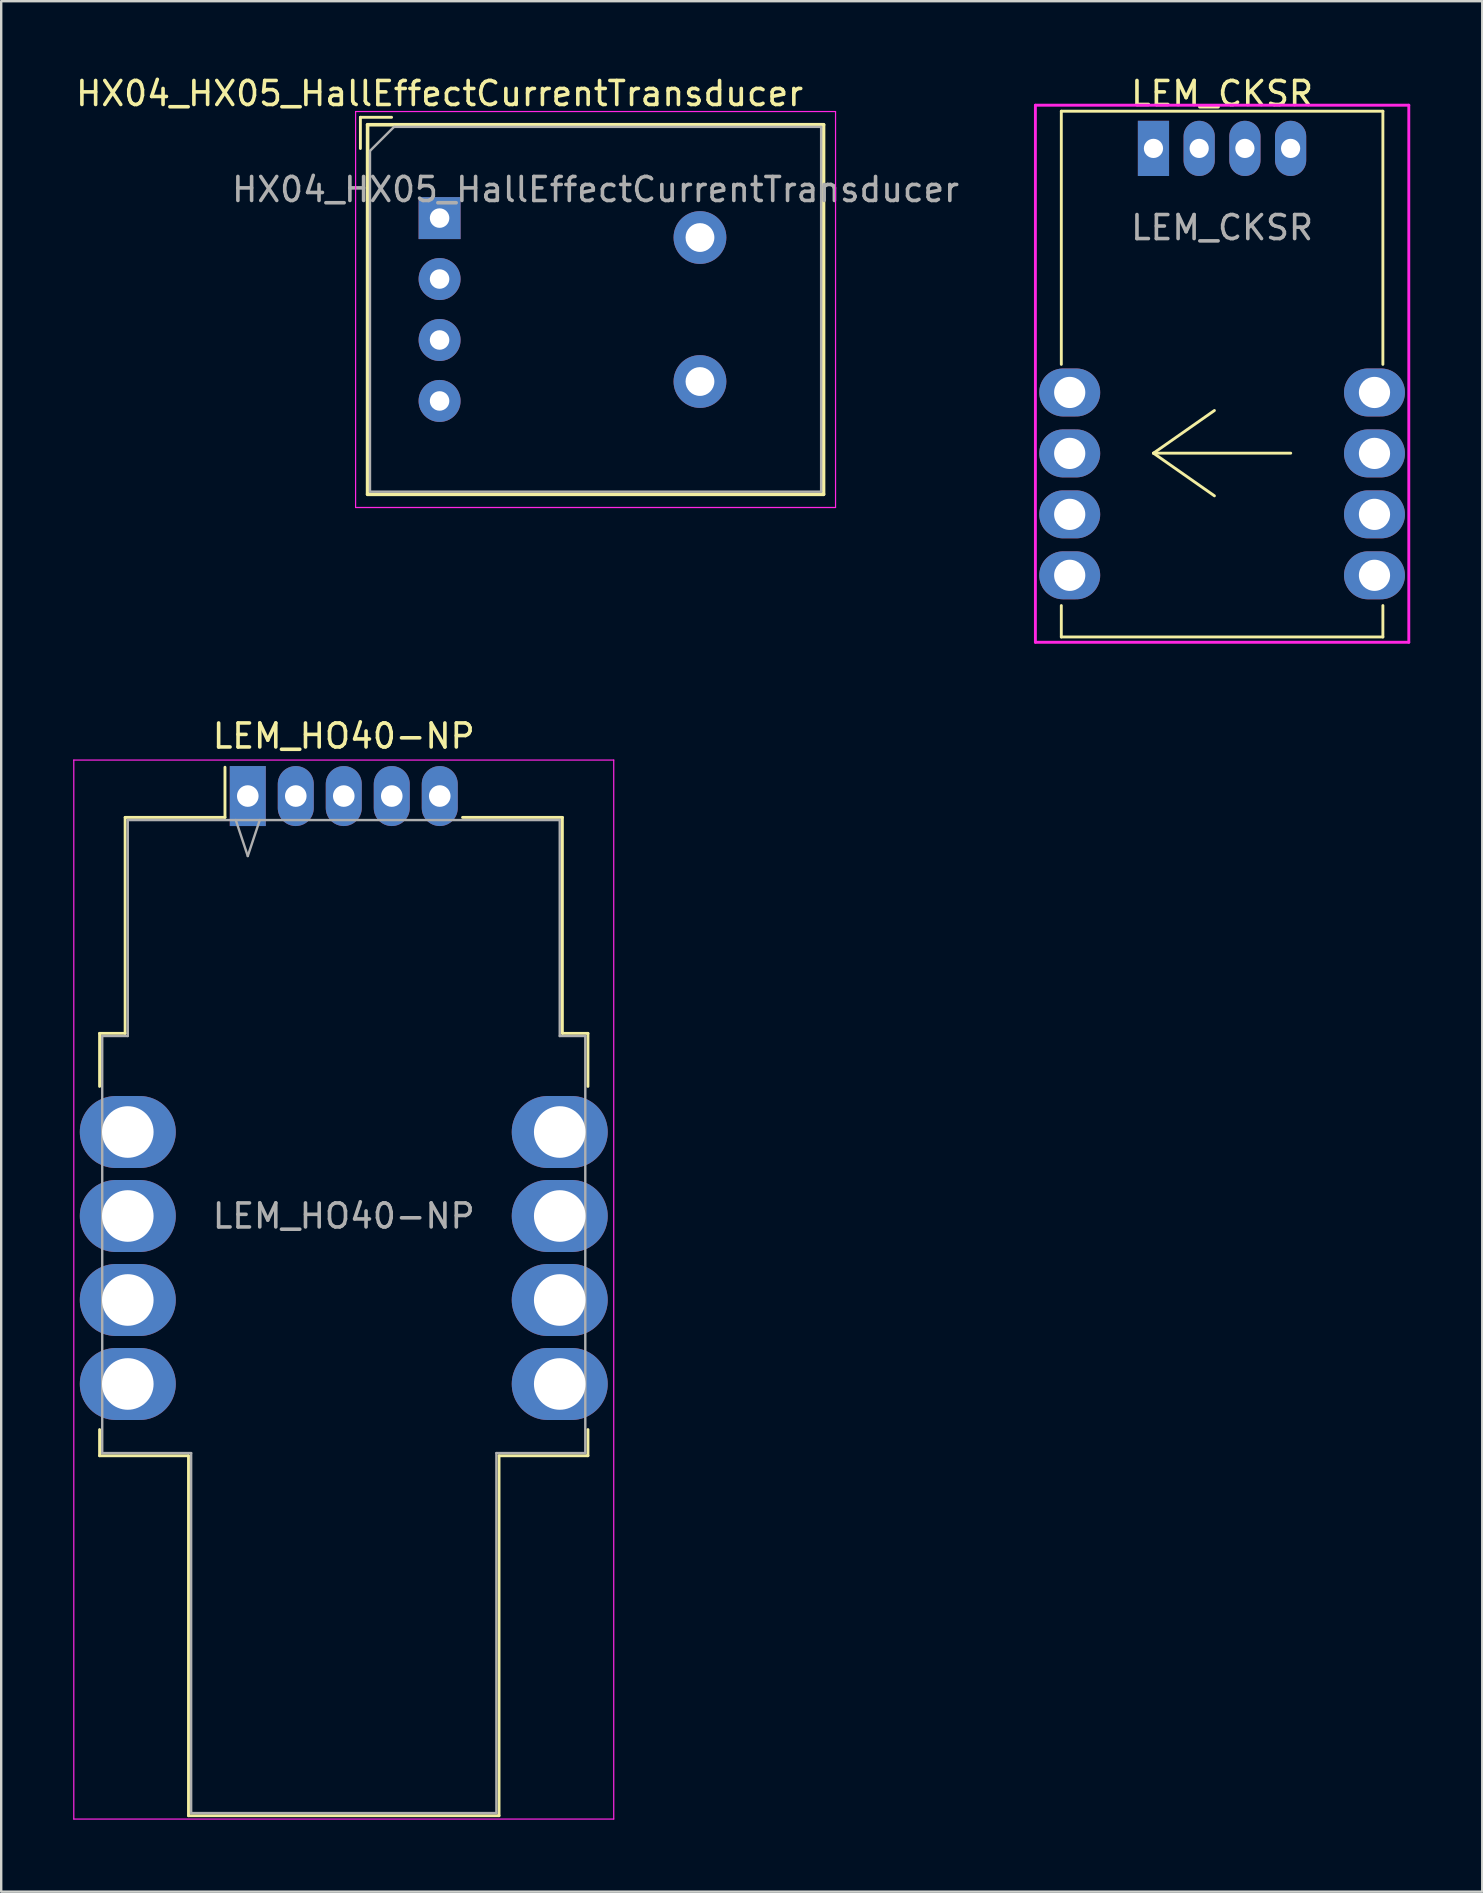
<source format=kicad_pcb>
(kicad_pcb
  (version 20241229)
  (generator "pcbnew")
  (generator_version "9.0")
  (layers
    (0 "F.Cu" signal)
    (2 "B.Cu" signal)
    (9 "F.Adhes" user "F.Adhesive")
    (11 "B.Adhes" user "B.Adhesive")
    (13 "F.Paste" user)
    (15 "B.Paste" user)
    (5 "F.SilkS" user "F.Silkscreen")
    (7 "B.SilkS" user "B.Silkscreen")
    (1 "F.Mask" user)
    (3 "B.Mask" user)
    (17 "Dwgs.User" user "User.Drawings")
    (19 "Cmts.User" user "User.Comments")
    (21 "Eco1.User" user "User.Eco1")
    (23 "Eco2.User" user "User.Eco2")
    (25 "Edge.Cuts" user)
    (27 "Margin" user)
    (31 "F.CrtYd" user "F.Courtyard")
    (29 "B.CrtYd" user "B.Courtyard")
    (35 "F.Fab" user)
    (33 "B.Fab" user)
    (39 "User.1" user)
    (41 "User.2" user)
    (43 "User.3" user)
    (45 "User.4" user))
  (footprint "HX04_HX05_HallEffectCurrentTransducer"
    (layer "F.Cu")
    (at 15.268 6.038)
    (property "Reference" "HX04_HX05_HallEffectCurrentTransducer" (at 0 -5.19 0) (layer "F.SilkS") (effects (font (size 1 1) (thickness 0.15))))
    (attr through_hole)
    (fp_line (start -3.3 -2.9) (end -3.3 -4.2) (stroke (width 0.12) (type solid)) (layer "F.SilkS"))
    (fp_line (start -3 -3.89) (end -3 11.51) (stroke (width 0.15) (type solid)) (layer "F.SilkS"))
    (fp_line (start -3 11.51) (end 16 11.51) (stroke (width 0.15) (type solid)) (layer "F.SilkS"))
    (fp_line (start -2 -4.2) (end -3.3 -4.2) (stroke (width 0.12) (type solid)) (layer "F.SilkS"))
    (fp_line (start 16 -3.89) (end -3 -3.89) (stroke (width 0.15) (type solid)) (layer "F.SilkS"))
    (fp_line (start 16 11.51) (end 16 -3.89) (stroke (width 0.15) (type solid)) (layer "F.SilkS"))
    (fp_line (start -3.5 -4.44) (end 16.5 -4.44) (stroke (width 0.05) (type solid)) (layer "F.CrtYd"))
    (fp_line (start -3.5 12.06) (end -3.5 -4.44) (stroke (width 0.05) (type solid)) (layer "F.CrtYd"))
    (fp_line (start 16.5 -4.44) (end 16.5 12.06) (stroke (width 0.05) (type solid)) (layer "F.CrtYd"))
    (fp_line (start 16.5 12.06) (end -3.5 12.06) (stroke (width 0.05) (type solid)) (layer "F.CrtYd"))
    (fp_line (start -2.9 -2.8) (end -2.9 11.4) (stroke (width 0.1) (type solid)) (layer "F.Fab"))
    (fp_line (start -2.9 11.4) (end 15.9 11.4) (stroke (width 0.1) (type solid)) (layer "F.Fab"))
    (fp_line (start -1.9 -3.8) (end -2.9 -2.8) (stroke (width 0.1) (type solid)) (layer "F.Fab"))
    (fp_line (start 15.9 -3.8) (end -1.9 -3.8) (stroke (width 0.1) (type solid)) (layer "F.Fab"))
    (fp_line (start 15.9 11.4) (end 15.9 -3.8) (stroke (width 0.1) (type solid)) (layer "F.Fab"))
    (fp_text user "${REFERENCE}" (at 6.5 -1.19 0) (layer "F.Fab") (effects (font (size 1 1) (thickness 0.15))))
    (pad "1" thru_hole rect (at 0 0) (size 1.75 1.75) (drill 0.813) (layers "*.Cu" "*.Mask"))
    (pad "2" thru_hole circle (at 0 2.54) (size 1.75 1.75) (drill 0.813) (layers "*.Cu" "*.Mask"))
    (pad "3" thru_hole circle (at 0 5.08) (size 1.75 1.75) (drill 0.813) (layers "*.Cu" "*.Mask"))
    (pad "4" thru_hole circle (at 0 7.62) (size 1.75 1.75) (drill 0.813) (layers "*.Cu" "*.Mask"))
    (pad "5" thru_hole circle (at 10.85 0.81) (size 2.2 2.2) (drill 1.2) (layers "*.Cu" "*.Mask"))
    (pad "6" thru_hole circle (at 10.85 6.81) (size 2.2 2.2) (drill 1.2) (layers "*.Cu" "*.Mask")))
  (footprint "LEM_HO40-NP"
    (layer "F.Cu")
    (at 7.275 30.122)
    (property "Reference" "LEM_HO40-NP" (at 4 -2.5 180) (layer "F.SilkS") (effects (font (size 1 1) (thickness 0.15))))
    (attr through_hole)
    (fp_line (start -6.175 9.89) (end -6.175 12.1) (stroke (width 0.12) (type solid)) (layer "F.SilkS"))
    (fp_line (start -6.175 26.4) (end -6.175 27.49) (stroke (width 0.12) (type solid)) (layer "F.SilkS"))
    (fp_line (start -5.11 0.89) (end -5.11 9.89) (stroke (width 0.12) (type solid)) (layer "F.SilkS"))
    (fp_line (start -5.11 9.89) (end -6.175 9.89) (stroke (width 0.12) (type solid)) (layer "F.SilkS"))
    (fp_line (start -2.47 27.49) (end -6.175 27.49) (stroke (width 0.12) (type solid)) (layer "F.SilkS"))
    (fp_line (start -2.47 42.49) (end -2.47 27.49) (stroke (width 0.12) (type solid)) (layer "F.SilkS"))
    (fp_line (start -2.47 42.49) (end 10.47 42.49) (stroke (width 0.12) (type solid)) (layer "F.SilkS"))
    (fp_line (start -0.95 0.89) (end -5.11 0.89) (stroke (width 0.12) (type solid)) (layer "F.SilkS"))
    (fp_line (start -0.95 0.89) (end -0.95 -1.2) (stroke (width 0.12) (type solid)) (layer "F.SilkS"))
    (fp_line (start 10.47 42.49) (end 10.47 27.49) (stroke (width 0.12) (type solid)) (layer "F.SilkS"))
    (fp_line (start 13.11 0.89) (end 8.95 0.89) (stroke (width 0.12) (type solid)) (layer "F.SilkS"))
    (fp_line (start 13.11 9.89) (end 13.11 0.89) (stroke (width 0.12) (type solid)) (layer "F.SilkS"))
    (fp_line (start 14.175 9.89) (end 13.11 9.89) (stroke (width 0.12) (type solid)) (layer "F.SilkS"))
    (fp_line (start 14.175 9.89) (end 14.175 12.1) (stroke (width 0.12) (type solid)) (layer "F.SilkS"))
    (fp_line (start 14.175 26.4) (end 14.175 27.49) (stroke (width 0.12) (type solid)) (layer "F.SilkS"))
    (fp_line (start 14.175 27.49) (end 10.47 27.49) (stroke (width 0.12) (type solid)) (layer "F.SilkS"))
    (fp_line (start -7.25 -1.5) (end -7.25 42.63) (stroke (width 0.05) (type solid)) (layer "F.CrtYd"))
    (fp_line (start -7.25 42.63) (end 15.25 42.63) (stroke (width 0.05) (type solid)) (layer "F.CrtYd"))
    (fp_line (start 15.25 -1.5) (end -7.25 -1.5) (stroke (width 0.05) (type solid)) (layer "F.CrtYd"))
    (fp_line (start 15.25 42.63) (end 15.25 -1.5) (stroke (width 0.05) (type solid)) (layer "F.CrtYd"))
    (fp_line (start -6.065 10) (end -6.065 27.38) (stroke (width 0.1) (type solid)) (layer "F.Fab"))
    (fp_line (start -5 10) (end -6.065 10) (stroke (width 0.1) (type solid)) (layer "F.Fab"))
    (fp_line (start -5 10) (end -5 1) (stroke (width 0.1) (type solid)) (layer "F.Fab"))
    (fp_line (start -2.36 27.38) (end -6.065 27.38) (stroke (width 0.1) (type solid)) (layer "F.Fab"))
    (fp_line (start -2.36 42.38) (end -2.36 27.38) (stroke (width 0.1) (type solid)) (layer "F.Fab"))
    (fp_line (start -2.36 42.38) (end 10.36 42.38) (stroke (width 0.1) (type solid)) (layer "F.Fab"))
    (fp_line (start -0.5 1) (end 0 2.5) (stroke (width 0.1) (type solid)) (layer "F.Fab"))
    (fp_line (start 0 2.5) (end 0.5 1) (stroke (width 0.1) (type solid)) (layer "F.Fab"))
    (fp_line (start 10.36 42.38) (end 10.36 27.38) (stroke (width 0.1) (type solid)) (layer "F.Fab"))
    (fp_line (start 13 1) (end -5 1) (stroke (width 0.1) (type solid)) (layer "F.Fab"))
    (fp_line (start 13 1) (end 13 10) (stroke (width 0.1) (type solid)) (layer "F.Fab"))
    (fp_line (start 14.065 10) (end 13 10) (stroke (width 0.1) (type solid)) (layer "F.Fab"))
    (fp_line (start 14.065 10) (end 14.065 27.38) (stroke (width 0.1) (type solid)) (layer "F.Fab"))
    (fp_line (start 14.065 27.38) (end 10.36 27.38) (stroke (width 0.1) (type solid)) (layer "F.Fab"))
    (fp_text user "${REFERENCE}" (at 4 17.5 0) (layer "F.Fab") (effects (font (size 1 1) (thickness 0.15))))
    (pad "1" thru_hole rect (at 0 0) (size 1.5 2.5) (drill 0.9) (layers "*.Cu" "*.Mask"))
    (pad "2" thru_hole oval (at 2 0) (size 1.5 2.5) (drill 0.9) (layers "*.Cu" "*.Mask"))
    (pad "3" thru_hole oval (at 4 0) (size 1.5 2.5) (drill 0.9) (layers "*.Cu" "*.Mask"))
    (pad "4" thru_hole oval (at 6 0) (size 1.5 2.5) (drill 0.9) (layers "*.Cu" "*.Mask"))
    (pad "5" thru_hole oval (at 8 0) (size 1.5 2.5) (drill 0.9) (layers "*.Cu" "*.Mask"))
    (pad "6" thru_hole oval (at 13 14) (size 4 3) (drill 2.15) (layers "*.Cu" "*.Mask"))
    (pad "7" thru_hole oval (at 13 17.5) (size 4 3) (drill 2.15) (layers "*.Cu" "*.Mask"))
    (pad "8" thru_hole oval (at 13 21) (size 4 3) (drill 2.15) (layers "*.Cu" "*.Mask"))
    (pad "9" thru_hole oval (at 13 24.5) (size 4 3) (drill 2.15) (layers "*.Cu" "*.Mask"))
    (pad "10" thru_hole oval (at -5 24.5) (size 4 3) (drill 2.15) (layers "*.Cu" "*.Mask"))
    (pad "11" thru_hole oval (at -5 21) (size 4 3) (drill 2.15) (layers "*.Cu" "*.Mask"))
    (pad "12" thru_hole oval (at -5 17.5) (size 4 3) (drill 2.15) (layers "*.Cu" "*.Mask"))
    (pad "13" thru_hole oval (at -5 14) (size 4 3) (drill 2.15) (layers "*.Cu" "*.Mask")))
  (footprint "LEM_CKSR"
    (layer "F.Cu")
    (at 45.016 3.134)
    (property "Reference" "LEM_CKSR" (at 2.86 -2.286 180) (layer "F.SilkS") (effects (font (size 1 1) (thickness 0.15))))
    (attr through_hole)
    (fp_line (start -3.84 -1.55) (end -3.84 9) (stroke (width 0.12) (type solid)) (layer "F.SilkS"))
    (fp_line (start -3.84 20.36) (end -3.84 19.05) (stroke (width 0.12) (type solid)) (layer "F.SilkS"))
    (fp_line (start -3.84 20.36) (end 9.56 20.36) (stroke (width 0.12) (type solid)) (layer "F.SilkS"))
    (fp_line (start 0 12.7) (end 2.54 10.922) (stroke (width 0.12) (type solid)) (layer "F.SilkS"))
    (fp_line (start 0 12.7) (end 2.54 14.478) (stroke (width 0.12) (type solid)) (layer "F.SilkS"))
    (fp_line (start 5.72 12.7) (end 0 12.7) (stroke (width 0.12) (type solid)) (layer "F.SilkS"))
    (fp_line (start 9.56 -1.55) (end -3.84 -1.55) (stroke (width 0.12) (type solid)) (layer "F.SilkS"))
    (fp_line (start 9.56 -1.55) (end 9.56 9) (stroke (width 0.12) (type solid)) (layer "F.SilkS"))
    (fp_line (start 9.56 20.36) (end 9.56 19.05) (stroke (width 0.12) (type solid)) (layer "F.SilkS"))
    (fp_line (start -4.92 -1.8) (end 10.64 -1.8) (stroke (width 0.12) (type solid)) (layer "F.CrtYd"))
    (fp_line (start -4.92 20.58) (end -4.92 -1.8) (stroke (width 0.12) (type solid)) (layer "F.CrtYd"))
    (fp_line (start -4.92 20.58) (end 10.64 20.58) (stroke (width 0.12) (type solid)) (layer "F.CrtYd"))
    (fp_line (start 10.64 -1.8) (end 10.64 20.58) (stroke (width 0.12) (type solid)) (layer "F.CrtYd"))
    (fp_text user "${REFERENCE}" (at 2.86 3.302 0) (layer "F.Fab") (effects (font (size 1 1) (thickness 0.15))))
    (pad "2" thru_hole oval (at 9.21 10.17 90) (size 2 2.54) (drill 1.3) (layers "*.Cu" "*.Mask"))
    (pad "3" thru_hole oval (at 9.21 12.71 90) (size 2 2.54) (drill 1.3) (layers "*.Cu" "*.Mask"))
    (pad "4" thru_hole oval (at 9.21 15.25 90) (size 2 2.54) (drill 1.3) (layers "*.Cu" "*.Mask"))
    (pad "5" thru_hole oval (at 9.21 17.79 90) (size 2 2.54) (drill 1.3) (layers "*.Cu" "*.Mask"))
    (pad "6" thru_hole oval (at -3.49 17.79 90) (size 2 2.54) (drill 1.3) (layers "*.Cu" "*.Mask"))
    (pad "7" thru_hole oval (at -3.49 15.25 90) (size 2 2.54) (drill 1.3) (layers "*.Cu" "*.Mask"))
    (pad "8" thru_hole oval (at -3.49 12.71 90) (size 2 2.54) (drill 1.3) (layers "*.Cu" "*.Mask"))
    (pad "9" thru_hole oval (at -3.49 10.17 90) (size 2 2.54) (drill 1.3) (layers "*.Cu" "*.Mask"))
    (pad "11" thru_hole rect (at 0 0 90) (size 2.3 1.3) (drill 0.8) (layers "*.Cu" "*.Mask"))
    (pad "12" thru_hole oval (at 1.905 0 90) (size 2.3 1.3) (drill 0.8) (layers "*.Cu" "*.Mask"))
    (pad "13" thru_hole oval (at 3.81 0 90) (size 2.3 1.3) (drill 0.8) (layers "*.Cu" "*.Mask"))
    (pad "14" thru_hole oval (at 5.715 0 90) (size 2.3 1.3) (drill 0.8) (layers "*.Cu" "*.Mask")))
  (gr_rect
    (start -3 -3)
    (end 58.716 75.778)
    (stroke (width 0.1) (type default))
    (fill no)
    (layer "Edge.Cuts")))
</source>
